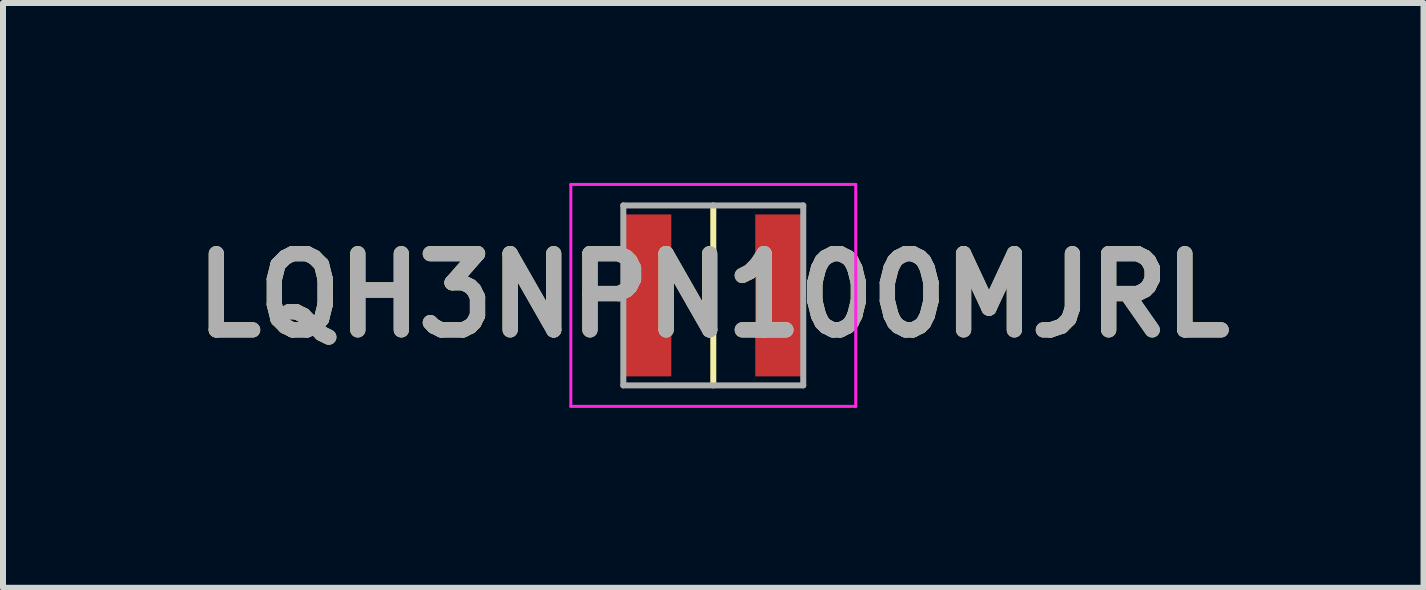
<source format=kicad_pcb>
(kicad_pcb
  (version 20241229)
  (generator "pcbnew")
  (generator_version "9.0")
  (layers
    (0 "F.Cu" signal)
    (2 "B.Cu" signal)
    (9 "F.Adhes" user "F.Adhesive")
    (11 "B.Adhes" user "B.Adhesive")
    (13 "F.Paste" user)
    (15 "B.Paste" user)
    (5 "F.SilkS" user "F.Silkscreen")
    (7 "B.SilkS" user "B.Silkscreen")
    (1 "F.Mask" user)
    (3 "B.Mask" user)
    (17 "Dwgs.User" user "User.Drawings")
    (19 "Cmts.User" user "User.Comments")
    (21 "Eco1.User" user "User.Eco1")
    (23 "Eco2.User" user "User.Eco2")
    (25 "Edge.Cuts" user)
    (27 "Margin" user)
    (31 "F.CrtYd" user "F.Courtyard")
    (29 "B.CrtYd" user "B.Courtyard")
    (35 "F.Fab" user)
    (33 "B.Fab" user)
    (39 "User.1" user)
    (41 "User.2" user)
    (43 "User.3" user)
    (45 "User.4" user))
  (footprint "LQH3NPN100MJRL"
    (layer "F.Cu")
    (at 8.842 1.875)
    (property "Reference" "LQH3NPN100MJRL" (at 0 0 0) (layer "F.SilkS") (effects (font (size 1.27 1.27) (thickness 0.254))))
    (attr smd)
    (fp_line (start 0 -1.5) (end 0 1.5) (stroke (width 0.1) (type solid)) (layer "F.SilkS"))
    (fp_line (start -2.375 -1.85) (end 2.375 -1.85) (stroke (width 0.05) (type solid)) (layer "F.CrtYd"))
    (fp_line (start -2.375 1.85) (end -2.375 -1.85) (stroke (width 0.05) (type solid)) (layer "F.CrtYd"))
    (fp_line (start 2.375 -1.85) (end 2.375 1.85) (stroke (width 0.05) (type solid)) (layer "F.CrtYd"))
    (fp_line (start 2.375 1.85) (end -2.375 1.85) (stroke (width 0.05) (type solid)) (layer "F.CrtYd"))
    (fp_line (start -1.5 -1.5) (end 1.5 -1.5) (stroke (width 0.1) (type solid)) (layer "F.Fab"))
    (fp_line (start -1.5 1.5) (end -1.5 -1.5) (stroke (width 0.1) (type solid)) (layer "F.Fab"))
    (fp_line (start 1.5 -1.5) (end 1.5 1.5) (stroke (width 0.1) (type solid)) (layer "F.Fab"))
    (fp_line (start 1.5 1.5) (end -1.5 1.5) (stroke (width 0.1) (type solid)) (layer "F.Fab"))
    (fp_text user "${REFERENCE}" (at 0 0 0) (layer "F.Fab") (effects (font (size 1.27 1.27) (thickness 0.254))))
    (pad "1" smd rect (at -1.1 0) (size 0.8 2.7) (layers "F.Cu" "F.Mask" "F.Paste"))
    (pad "2" smd rect (at 1.1 0) (size 0.8 2.7) (layers "F.Cu" "F.Mask" "F.Paste")))
  (gr_rect
    (start -3 -3)
    (end 20.683 6.75)
    (stroke (width 0.1) (type default))
    (fill no)
    (layer "Edge.Cuts")))
</source>
